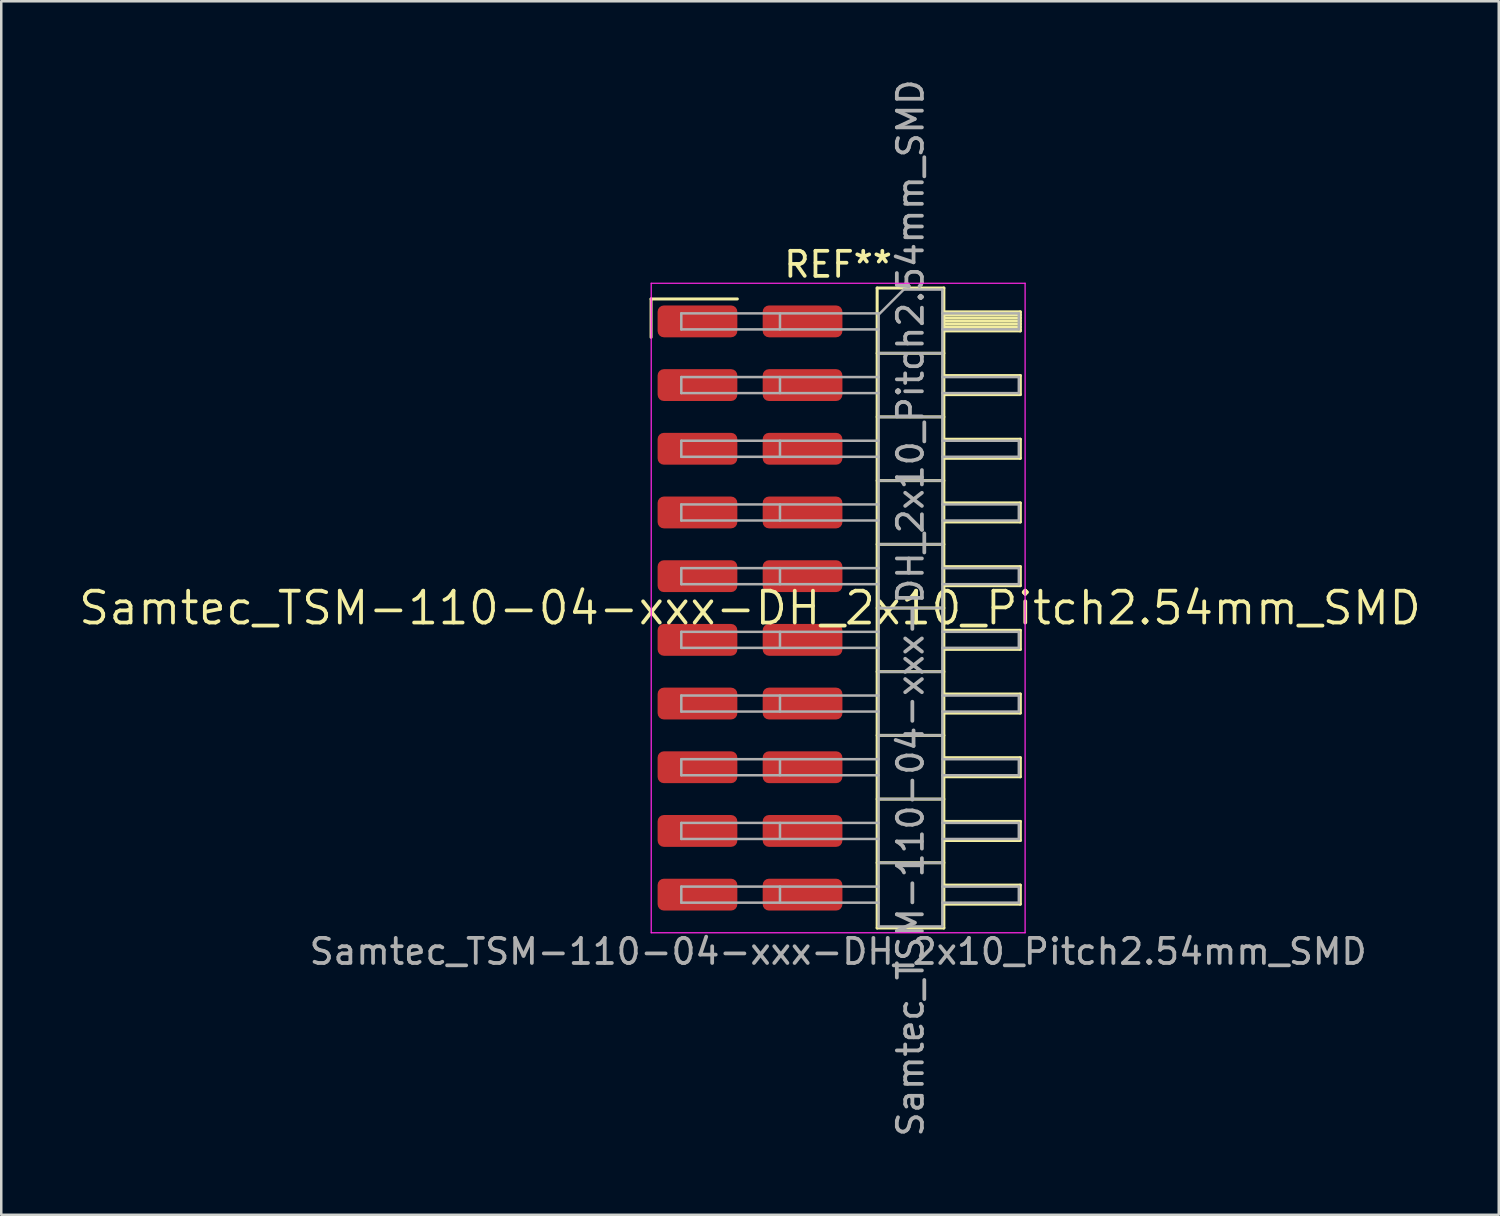
<source format=kicad_pcb>
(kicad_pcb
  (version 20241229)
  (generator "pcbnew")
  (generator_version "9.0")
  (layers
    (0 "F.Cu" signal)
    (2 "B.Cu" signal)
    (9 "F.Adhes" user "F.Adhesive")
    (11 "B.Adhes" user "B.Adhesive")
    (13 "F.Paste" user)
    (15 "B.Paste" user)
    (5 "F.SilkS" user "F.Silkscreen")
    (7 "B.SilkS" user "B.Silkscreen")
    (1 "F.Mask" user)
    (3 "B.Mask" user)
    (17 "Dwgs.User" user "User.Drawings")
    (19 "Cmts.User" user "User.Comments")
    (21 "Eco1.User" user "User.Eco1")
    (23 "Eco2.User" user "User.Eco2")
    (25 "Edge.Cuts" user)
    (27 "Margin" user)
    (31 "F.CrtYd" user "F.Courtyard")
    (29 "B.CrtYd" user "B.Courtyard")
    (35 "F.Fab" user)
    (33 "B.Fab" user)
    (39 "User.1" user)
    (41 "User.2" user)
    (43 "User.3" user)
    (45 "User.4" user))
  (footprint "Samtec_TSM-110-04-xxx-DH_2x10_Pitch2.54mm_SMD"
    (layer "F.Cu")
    (at 26.859 21.196)
    (property "Reference" "Samtec_TSM-110-04-xxx-DH_2x10_Pitch2.54mm_SMD" (at 0 0 0) (layer "F.SilkS") (effects (font (size 1.27 1.27) (thickness 0.15))))
    (attr smd)
    (fp_line (start -3.945 -12.325) (end -0.505 -12.325) (stroke (width 0.12) (type solid)) (layer "F.SilkS"))
    (fp_line (start -3.945 -10.795) (end -3.945 -12.325) (stroke (width 0.12) (type solid)) (layer "F.SilkS"))
    (fp_line (start 5.07 -12.76) (end 7.73 -12.76) (stroke (width 0.12) (type solid)) (layer "F.SilkS"))
    (fp_line (start 5.07 -10.16) (end 7.73 -10.16) (stroke (width 0.12) (type solid)) (layer "F.SilkS"))
    (fp_line (start 5.07 -7.62) (end 7.73 -7.62) (stroke (width 0.12) (type solid)) (layer "F.SilkS"))
    (fp_line (start 5.07 -5.08) (end 7.73 -5.08) (stroke (width 0.12) (type solid)) (layer "F.SilkS"))
    (fp_line (start 5.07 -2.54) (end 7.73 -2.54) (stroke (width 0.12) (type solid)) (layer "F.SilkS"))
    (fp_line (start 5.07 0) (end 7.73 0) (stroke (width 0.12) (type solid)) (layer "F.SilkS"))
    (fp_line (start 5.07 2.54) (end 7.73 2.54) (stroke (width 0.12) (type solid)) (layer "F.SilkS"))
    (fp_line (start 5.07 5.08) (end 7.73 5.08) (stroke (width 0.12) (type solid)) (layer "F.SilkS"))
    (fp_line (start 5.07 7.62) (end 7.73 7.62) (stroke (width 0.12) (type solid)) (layer "F.SilkS"))
    (fp_line (start 5.07 10.16) (end 7.73 10.16) (stroke (width 0.12) (type solid)) (layer "F.SilkS"))
    (fp_line (start 5.07 12.76) (end 5.07 -12.76) (stroke (width 0.12) (type solid)) (layer "F.SilkS"))
    (fp_line (start 7.73 -12.76) (end 7.73 12.76) (stroke (width 0.12) (type solid)) (layer "F.SilkS"))
    (fp_line (start 7.73 -11.81) (end 10.78 -11.81) (stroke (width 0.12) (type solid)) (layer "F.SilkS"))
    (fp_line (start 7.73 -11.69) (end 10.78 -11.69) (stroke (width 0.12) (type solid)) (layer "F.SilkS"))
    (fp_line (start 7.73 -11.57) (end 10.78 -11.57) (stroke (width 0.12) (type solid)) (layer "F.SilkS"))
    (fp_line (start 7.73 -11.45) (end 10.78 -11.45) (stroke (width 0.12) (type solid)) (layer "F.SilkS"))
    (fp_line (start 7.73 -11.33) (end 10.78 -11.33) (stroke (width 0.12) (type solid)) (layer "F.SilkS"))
    (fp_line (start 7.73 -11.21) (end 10.78 -11.21) (stroke (width 0.12) (type solid)) (layer "F.SilkS"))
    (fp_line (start 7.73 -11.09) (end 10.78 -11.09) (stroke (width 0.12) (type solid)) (layer "F.SilkS"))
    (fp_line (start 7.73 -11.05) (end 10.78 -11.05) (stroke (width 0.12) (type solid)) (layer "F.SilkS"))
    (fp_line (start 7.73 -9.27) (end 10.78 -9.27) (stroke (width 0.12) (type solid)) (layer "F.SilkS"))
    (fp_line (start 7.73 -8.51) (end 10.78 -8.51) (stroke (width 0.12) (type solid)) (layer "F.SilkS"))
    (fp_line (start 7.73 -6.73) (end 10.78 -6.73) (stroke (width 0.12) (type solid)) (layer "F.SilkS"))
    (fp_line (start 7.73 -5.97) (end 10.78 -5.97) (stroke (width 0.12) (type solid)) (layer "F.SilkS"))
    (fp_line (start 7.73 -4.19) (end 10.78 -4.19) (stroke (width 0.12) (type solid)) (layer "F.SilkS"))
    (fp_line (start 7.73 -3.43) (end 10.78 -3.43) (stroke (width 0.12) (type solid)) (layer "F.SilkS"))
    (fp_line (start 7.73 -1.65) (end 10.78 -1.65) (stroke (width 0.12) (type solid)) (layer "F.SilkS"))
    (fp_line (start 7.73 -0.89) (end 10.78 -0.89) (stroke (width 0.12) (type solid)) (layer "F.SilkS"))
    (fp_line (start 7.73 0.89) (end 10.78 0.89) (stroke (width 0.12) (type solid)) (layer "F.SilkS"))
    (fp_line (start 7.73 1.65) (end 10.78 1.65) (stroke (width 0.12) (type solid)) (layer "F.SilkS"))
    (fp_line (start 7.73 3.43) (end 10.78 3.43) (stroke (width 0.12) (type solid)) (layer "F.SilkS"))
    (fp_line (start 7.73 4.19) (end 10.78 4.19) (stroke (width 0.12) (type solid)) (layer "F.SilkS"))
    (fp_line (start 7.73 5.97) (end 10.78 5.97) (stroke (width 0.12) (type solid)) (layer "F.SilkS"))
    (fp_line (start 7.73 6.73) (end 10.78 6.73) (stroke (width 0.12) (type solid)) (layer "F.SilkS"))
    (fp_line (start 7.73 8.51) (end 10.78 8.51) (stroke (width 0.12) (type solid)) (layer "F.SilkS"))
    (fp_line (start 7.73 9.27) (end 10.78 9.27) (stroke (width 0.12) (type solid)) (layer "F.SilkS"))
    (fp_line (start 7.73 11.05) (end 10.78 11.05) (stroke (width 0.12) (type solid)) (layer "F.SilkS"))
    (fp_line (start 7.73 11.81) (end 10.78 11.81) (stroke (width 0.12) (type solid)) (layer "F.SilkS"))
    (fp_line (start 7.73 12.76) (end 5.07 12.76) (stroke (width 0.12) (type solid)) (layer "F.SilkS"))
    (fp_line (start 10.78 -11.81) (end 10.78 -11.05) (stroke (width 0.12) (type solid)) (layer "F.SilkS"))
    (fp_line (start 10.78 -9.27) (end 10.78 -8.51) (stroke (width 0.12) (type solid)) (layer "F.SilkS"))
    (fp_line (start 10.78 -6.73) (end 10.78 -5.97) (stroke (width 0.12) (type solid)) (layer "F.SilkS"))
    (fp_line (start 10.78 -4.19) (end 10.78 -3.43) (stroke (width 0.12) (type solid)) (layer "F.SilkS"))
    (fp_line (start 10.78 -1.65) (end 10.78 -0.89) (stroke (width 0.12) (type solid)) (layer "F.SilkS"))
    (fp_line (start 10.78 0.89) (end 10.78 1.65) (stroke (width 0.12) (type solid)) (layer "F.SilkS"))
    (fp_line (start 10.78 3.43) (end 10.78 4.19) (stroke (width 0.12) (type solid)) (layer "F.SilkS"))
    (fp_line (start 10.78 5.97) (end 10.78 6.73) (stroke (width 0.12) (type solid)) (layer "F.SilkS"))
    (fp_line (start 10.78 8.51) (end 10.78 9.27) (stroke (width 0.12) (type solid)) (layer "F.SilkS"))
    (fp_line (start 10.78 11.05) (end 10.78 11.81) (stroke (width 0.12) (type solid)) (layer "F.SilkS"))
    (fp_line (start -3.94 -12.95) (end 10.97 -12.95) (stroke (width 0.05) (type solid)) (layer "F.CrtYd"))
    (fp_line (start -3.94 12.95) (end -3.94 -12.95) (stroke (width 0.05) (type solid)) (layer "F.CrtYd"))
    (fp_line (start 10.97 -12.95) (end 10.97 12.95) (stroke (width 0.05) (type solid)) (layer "F.CrtYd"))
    (fp_line (start 10.97 12.95) (end -3.94 12.95) (stroke (width 0.05) (type solid)) (layer "F.CrtYd"))
    (fp_line (start -2.74 -11.75) (end -2.74 -11.11) (stroke (width 0.1) (type solid)) (layer "F.Fab"))
    (fp_line (start -2.74 -11.75) (end 5.13 -11.75) (stroke (width 0.1) (type solid)) (layer "F.Fab"))
    (fp_line (start -2.74 -11.11) (end 5.13 -11.11) (stroke (width 0.1) (type solid)) (layer "F.Fab"))
    (fp_line (start -2.74 -9.21) (end -2.74 -8.57) (stroke (width 0.1) (type solid)) (layer "F.Fab"))
    (fp_line (start -2.74 -9.21) (end 5.13 -9.21) (stroke (width 0.1) (type solid)) (layer "F.Fab"))
    (fp_line (start -2.74 -8.57) (end 5.13 -8.57) (stroke (width 0.1) (type solid)) (layer "F.Fab"))
    (fp_line (start -2.74 -6.67) (end -2.74 -6.03) (stroke (width 0.1) (type solid)) (layer "F.Fab"))
    (fp_line (start -2.74 -6.67) (end 5.13 -6.67) (stroke (width 0.1) (type solid)) (layer "F.Fab"))
    (fp_line (start -2.74 -6.03) (end 5.13 -6.03) (stroke (width 0.1) (type solid)) (layer "F.Fab"))
    (fp_line (start -2.74 -4.13) (end -2.74 -3.49) (stroke (width 0.1) (type solid)) (layer "F.Fab"))
    (fp_line (start -2.74 -4.13) (end 5.13 -4.13) (stroke (width 0.1) (type solid)) (layer "F.Fab"))
    (fp_line (start -2.74 -3.49) (end 5.13 -3.49) (stroke (width 0.1) (type solid)) (layer "F.Fab"))
    (fp_line (start -2.74 -1.59) (end -2.74 -0.95) (stroke (width 0.1) (type solid)) (layer "F.Fab"))
    (fp_line (start -2.74 -1.59) (end 5.13 -1.59) (stroke (width 0.1) (type solid)) (layer "F.Fab"))
    (fp_line (start -2.74 -0.95) (end 5.13 -0.95) (stroke (width 0.1) (type solid)) (layer "F.Fab"))
    (fp_line (start -2.74 0.95) (end -2.74 1.59) (stroke (width 0.1) (type solid)) (layer "F.Fab"))
    (fp_line (start -2.74 0.95) (end 5.13 0.95) (stroke (width 0.1) (type solid)) (layer "F.Fab"))
    (fp_line (start -2.74 1.59) (end 5.13 1.59) (stroke (width 0.1) (type solid)) (layer "F.Fab"))
    (fp_line (start -2.74 3.49) (end -2.74 4.13) (stroke (width 0.1) (type solid)) (layer "F.Fab"))
    (fp_line (start -2.74 3.49) (end 5.13 3.49) (stroke (width 0.1) (type solid)) (layer "F.Fab"))
    (fp_line (start -2.74 4.13) (end 5.13 4.13) (stroke (width 0.1) (type solid)) (layer "F.Fab"))
    (fp_line (start -2.74 6.03) (end -2.74 6.67) (stroke (width 0.1) (type solid)) (layer "F.Fab"))
    (fp_line (start -2.74 6.03) (end 5.13 6.03) (stroke (width 0.1) (type solid)) (layer "F.Fab"))
    (fp_line (start -2.74 6.67) (end 5.13 6.67) (stroke (width 0.1) (type solid)) (layer "F.Fab"))
    (fp_line (start -2.74 8.57) (end -2.74 9.21) (stroke (width 0.1) (type solid)) (layer "F.Fab"))
    (fp_line (start -2.74 8.57) (end 5.13 8.57) (stroke (width 0.1) (type solid)) (layer "F.Fab"))
    (fp_line (start -2.74 9.21) (end 5.13 9.21) (stroke (width 0.1) (type solid)) (layer "F.Fab"))
    (fp_line (start -2.74 11.11) (end -2.74 11.75) (stroke (width 0.1) (type solid)) (layer "F.Fab"))
    (fp_line (start -2.74 11.11) (end 5.13 11.11) (stroke (width 0.1) (type solid)) (layer "F.Fab"))
    (fp_line (start -2.74 11.75) (end 5.13 11.75) (stroke (width 0.1) (type solid)) (layer "F.Fab"))
    (fp_line (start 1.195 -11.75) (end 1.195 -11.11) (stroke (width 0.1) (type solid)) (layer "F.Fab"))
    (fp_line (start 1.195 -9.21) (end 1.195 -8.57) (stroke (width 0.1) (type solid)) (layer "F.Fab"))
    (fp_line (start 1.195 -6.67) (end 1.195 -6.03) (stroke (width 0.1) (type solid)) (layer "F.Fab"))
    (fp_line (start 1.195 -4.13) (end 1.195 -3.49) (stroke (width 0.1) (type solid)) (layer "F.Fab"))
    (fp_line (start 1.195 -1.59) (end 1.195 -0.95) (stroke (width 0.1) (type solid)) (layer "F.Fab"))
    (fp_line (start 1.195 0.95) (end 1.195 1.59) (stroke (width 0.1) (type solid)) (layer "F.Fab"))
    (fp_line (start 1.195 3.49) (end 1.195 4.13) (stroke (width 0.1) (type solid)) (layer "F.Fab"))
    (fp_line (start 1.195 6.03) (end 1.195 6.67) (stroke (width 0.1) (type solid)) (layer "F.Fab"))
    (fp_line (start 1.195 8.57) (end 1.195 9.21) (stroke (width 0.1) (type solid)) (layer "F.Fab"))
    (fp_line (start 1.195 11.11) (end 1.195 11.75) (stroke (width 0.1) (type solid)) (layer "F.Fab"))
    (fp_line (start 5.13 -11.7) (end 6.13 -12.7) (stroke (width 0.1) (type solid)) (layer "F.Fab"))
    (fp_line (start 5.13 -10.16) (end 7.67 -10.16) (stroke (width 0.1) (type solid)) (layer "F.Fab"))
    (fp_line (start 5.13 -7.62) (end 7.67 -7.62) (stroke (width 0.1) (type solid)) (layer "F.Fab"))
    (fp_line (start 5.13 -5.08) (end 7.67 -5.08) (stroke (width 0.1) (type solid)) (layer "F.Fab"))
    (fp_line (start 5.13 -2.54) (end 7.67 -2.54) (stroke (width 0.1) (type solid)) (layer "F.Fab"))
    (fp_line (start 5.13 0) (end 7.67 0) (stroke (width 0.1) (type solid)) (layer "F.Fab"))
    (fp_line (start 5.13 2.54) (end 7.67 2.54) (stroke (width 0.1) (type solid)) (layer "F.Fab"))
    (fp_line (start 5.13 5.08) (end 7.67 5.08) (stroke (width 0.1) (type solid)) (layer "F.Fab"))
    (fp_line (start 5.13 7.62) (end 7.67 7.62) (stroke (width 0.1) (type solid)) (layer "F.Fab"))
    (fp_line (start 5.13 10.16) (end 7.67 10.16) (stroke (width 0.1) (type solid)) (layer "F.Fab"))
    (fp_line (start 5.13 12.7) (end 5.13 -11.7) (stroke (width 0.1) (type solid)) (layer "F.Fab"))
    (fp_line (start 6.13 -12.7) (end 7.67 -12.7) (stroke (width 0.1) (type solid)) (layer "F.Fab"))
    (fp_line (start 7.67 -12.7) (end 7.67 12.7) (stroke (width 0.1) (type solid)) (layer "F.Fab"))
    (fp_line (start 7.67 -11.75) (end 10.72 -11.75) (stroke (width 0.1) (type solid)) (layer "F.Fab"))
    (fp_line (start 7.67 -11.11) (end 10.72 -11.11) (stroke (width 0.1) (type solid)) (layer "F.Fab"))
    (fp_line (start 7.67 -9.21) (end 10.72 -9.21) (stroke (width 0.1) (type solid)) (layer "F.Fab"))
    (fp_line (start 7.67 -8.57) (end 10.72 -8.57) (stroke (width 0.1) (type solid)) (layer "F.Fab"))
    (fp_line (start 7.67 -6.67) (end 10.72 -6.67) (stroke (width 0.1) (type solid)) (layer "F.Fab"))
    (fp_line (start 7.67 -6.03) (end 10.72 -6.03) (stroke (width 0.1) (type solid)) (layer "F.Fab"))
    (fp_line (start 7.67 -4.13) (end 10.72 -4.13) (stroke (width 0.1) (type solid)) (layer "F.Fab"))
    (fp_line (start 7.67 -3.49) (end 10.72 -3.49) (stroke (width 0.1) (type solid)) (layer "F.Fab"))
    (fp_line (start 7.67 -1.59) (end 10.72 -1.59) (stroke (width 0.1) (type solid)) (layer "F.Fab"))
    (fp_line (start 7.67 -0.95) (end 10.72 -0.95) (stroke (width 0.1) (type solid)) (layer "F.Fab"))
    (fp_line (start 7.67 0.95) (end 10.72 0.95) (stroke (width 0.1) (type solid)) (layer "F.Fab"))
    (fp_line (start 7.67 1.59) (end 10.72 1.59) (stroke (width 0.1) (type solid)) (layer "F.Fab"))
    (fp_line (start 7.67 3.49) (end 10.72 3.49) (stroke (width 0.1) (type solid)) (layer "F.Fab"))
    (fp_line (start 7.67 4.13) (end 10.72 4.13) (stroke (width 0.1) (type solid)) (layer "F.Fab"))
    (fp_line (start 7.67 6.03) (end 10.72 6.03) (stroke (width 0.1) (type solid)) (layer "F.Fab"))
    (fp_line (start 7.67 6.67) (end 10.72 6.67) (stroke (width 0.1) (type solid)) (layer "F.Fab"))
    (fp_line (start 7.67 8.57) (end 10.72 8.57) (stroke (width 0.1) (type solid)) (layer "F.Fab"))
    (fp_line (start 7.67 9.21) (end 10.72 9.21) (stroke (width 0.1) (type solid)) (layer "F.Fab"))
    (fp_line (start 7.67 11.11) (end 10.72 11.11) (stroke (width 0.1) (type solid)) (layer "F.Fab"))
    (fp_line (start 7.67 11.75) (end 10.72 11.75) (stroke (width 0.1) (type solid)) (layer "F.Fab"))
    (fp_line (start 7.67 12.7) (end 5.13 12.7) (stroke (width 0.1) (type solid)) (layer "F.Fab"))
    (fp_line (start 10.72 -11.75) (end 10.72 -11.11) (stroke (width 0.1) (type solid)) (layer "F.Fab"))
    (fp_line (start 10.72 -9.21) (end 10.72 -8.57) (stroke (width 0.1) (type solid)) (layer "F.Fab"))
    (fp_line (start 10.72 -6.67) (end 10.72 -6.03) (stroke (width 0.1) (type solid)) (layer "F.Fab"))
    (fp_line (start 10.72 -4.13) (end 10.72 -3.49) (stroke (width 0.1) (type solid)) (layer "F.Fab"))
    (fp_line (start 10.72 -1.59) (end 10.72 -0.95) (stroke (width 0.1) (type solid)) (layer "F.Fab"))
    (fp_line (start 10.72 0.95) (end 10.72 1.59) (stroke (width 0.1) (type solid)) (layer "F.Fab"))
    (fp_line (start 10.72 3.49) (end 10.72 4.13) (stroke (width 0.1) (type solid)) (layer "F.Fab"))
    (fp_line (start 10.72 6.03) (end 10.72 6.67) (stroke (width 0.1) (type solid)) (layer "F.Fab"))
    (fp_line (start 10.72 8.57) (end 10.72 9.21) (stroke (width 0.1) (type solid)) (layer "F.Fab"))
    (fp_line (start 10.72 11.11) (end 10.72 11.75) (stroke (width 0.1) (type solid)) (layer "F.Fab"))
    (fp_text user "REF**" (at 3.515 -13.7 0) (layer "F.SilkS") (effects (font (size 1 1) (thickness 0.15))))
    (fp_text user "Samtec_TSM-110-04-xxx-DH_2x10_Pitch2.54mm_SMD" (at 3.515 13.7 0) (layer "F.Fab") (effects (font (size 1 1) (thickness 0.15))))
    (fp_text user "${REFERENCE}" (at 6.4 0 90) (layer "F.Fab") (effects (font (size 1 1) (thickness 0.15))))
    (pad "1" smd roundrect (at -2.095 -11.43) (size 3.18 1.27) (layers "F.Cu" "F.Mask" "F.Paste") (roundrect_rratio 0.197))
    (pad "2" smd roundrect (at 2.095 -11.43) (size 3.18 1.27) (layers "F.Cu" "F.Mask" "F.Paste") (roundrect_rratio 0.197))
    (pad "3" smd roundrect (at -2.095 -8.89) (size 3.18 1.27) (layers "F.Cu" "F.Mask" "F.Paste") (roundrect_rratio 0.197))
    (pad "4" smd roundrect (at 2.095 -8.89) (size 3.18 1.27) (layers "F.Cu" "F.Mask" "F.Paste") (roundrect_rratio 0.197))
    (pad "5" smd roundrect (at -2.095 -6.35) (size 3.18 1.27) (layers "F.Cu" "F.Mask" "F.Paste") (roundrect_rratio 0.197))
    (pad "6" smd roundrect (at 2.095 -6.35) (size 3.18 1.27) (layers "F.Cu" "F.Mask" "F.Paste") (roundrect_rratio 0.197))
    (pad "7" smd roundrect (at -2.095 -3.81) (size 3.18 1.27) (layers "F.Cu" "F.Mask" "F.Paste") (roundrect_rratio 0.197))
    (pad "8" smd roundrect (at 2.095 -3.81) (size 3.18 1.27) (layers "F.Cu" "F.Mask" "F.Paste") (roundrect_rratio 0.197))
    (pad "9" smd roundrect (at -2.095 -1.27) (size 3.18 1.27) (layers "F.Cu" "F.Mask" "F.Paste") (roundrect_rratio 0.197))
    (pad "10" smd roundrect (at 2.095 -1.27) (size 3.18 1.27) (layers "F.Cu" "F.Mask" "F.Paste") (roundrect_rratio 0.197))
    (pad "11" smd roundrect (at -2.095 1.27) (size 3.18 1.27) (layers "F.Cu" "F.Mask" "F.Paste") (roundrect_rratio 0.197))
    (pad "12" smd roundrect (at 2.095 1.27) (size 3.18 1.27) (layers "F.Cu" "F.Mask" "F.Paste") (roundrect_rratio 0.197))
    (pad "13" smd roundrect (at -2.095 3.81) (size 3.18 1.27) (layers "F.Cu" "F.Mask" "F.Paste") (roundrect_rratio 0.197))
    (pad "14" smd roundrect (at 2.095 3.81) (size 3.18 1.27) (layers "F.Cu" "F.Mask" "F.Paste") (roundrect_rratio 0.197))
    (pad "15" smd roundrect (at -2.095 6.35) (size 3.18 1.27) (layers "F.Cu" "F.Mask" "F.Paste") (roundrect_rratio 0.197))
    (pad "16" smd roundrect (at 2.095 6.35) (size 3.18 1.27) (layers "F.Cu" "F.Mask" "F.Paste") (roundrect_rratio 0.197))
    (pad "17" smd roundrect (at -2.095 8.89) (size 3.18 1.27) (layers "F.Cu" "F.Mask" "F.Paste") (roundrect_rratio 0.197))
    (pad "18" smd roundrect (at 2.095 8.89) (size 3.18 1.27) (layers "F.Cu" "F.Mask" "F.Paste") (roundrect_rratio 0.197))
    (pad "19" smd roundrect (at -2.095 11.43) (size 3.18 1.27) (layers "F.Cu" "F.Mask" "F.Paste") (roundrect_rratio 0.197))
    (pad "20" smd roundrect (at 2.095 11.43) (size 3.18 1.27) (layers "F.Cu" "F.Mask" "F.Paste") (roundrect_rratio 0.197)))
  (gr_rect
    (start -3 -3)
    (end 56.717 45.393)
    (stroke (width 0.1) (type default))
    (fill no)
    (layer "Edge.Cuts")))
</source>
